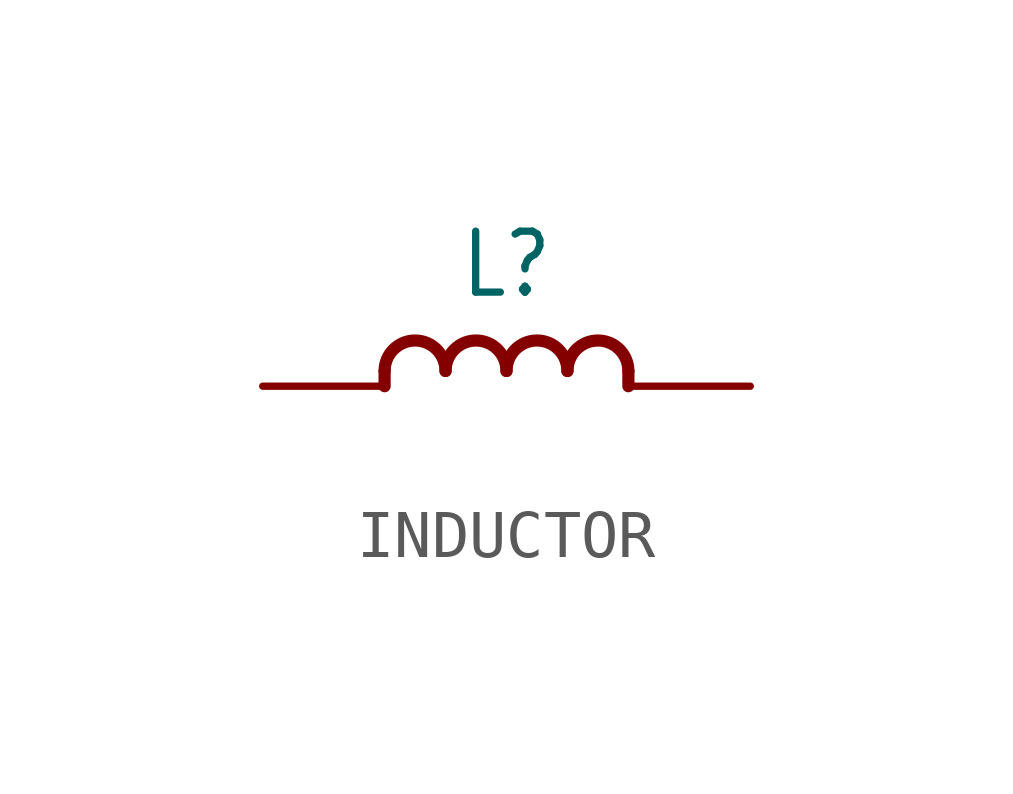
<source format=kicad_sym>
(kicad_symbol_lib
  (version 20231120)
  (generator "kicad_symbol_editor")
  (generator_version "8.0")
  (symbol "INDUCTOR"
    (property "Reference" "L"
      (at 0 2.54 0)
      (effects (font (size 1.27 1.079))))
    (property "Value" ""
      (at 0 -1.54 0)
      (effects (font (size 1.27 1.079))))
    (property "ki_locked" ""
      (at 0 0 0)
      (effects (font (size 1.27 1.27))))
    (symbol "INDUCTOR_1_0"
      (arc (start -1.27 0.3173) (mid -1.9049 0.9524) (end -2.54 0.3175) (stroke (width 0.254) (type solid)) (fill (type none)))
      (polyline (pts (xy -2.54 0.318) (xy -2.54 0)) (stroke (width 0.254) (type solid)) (fill (type none)))
      (polyline (pts (xy 2.54 0.318) (xy 2.54 0)) (stroke (width 0.254) (type solid)) (fill (type none)))
      (arc (start 0 0.3173) (mid -0.6349 0.9524) (end -1.27 0.3175) (stroke (width 0.254) (type solid)) (fill (type none)))
      (arc (start 1.27 0.3173) (mid 0.6351 0.9524) (end 0 0.3175) (stroke (width 0.254) (type solid)) (fill (type none)))
      (arc (start 2.54 0.3173) (mid 1.9051 0.9524) (end 1.27 0.3175) (stroke (width 0.254) (type solid)) (fill (type none)))
      (pin passive line (at -5.08 0 0) (length 2.54) (name "1" (effects (font (size 0 0)))) (number "P$1" (effects (font (size 0 0)))))
      (pin passive line (at 5.08 0 180) (length 2.54) (name "2" (effects (font (size 0 0)))) (number "P$2" (effects (font (size 0 0))))))))
</source>
